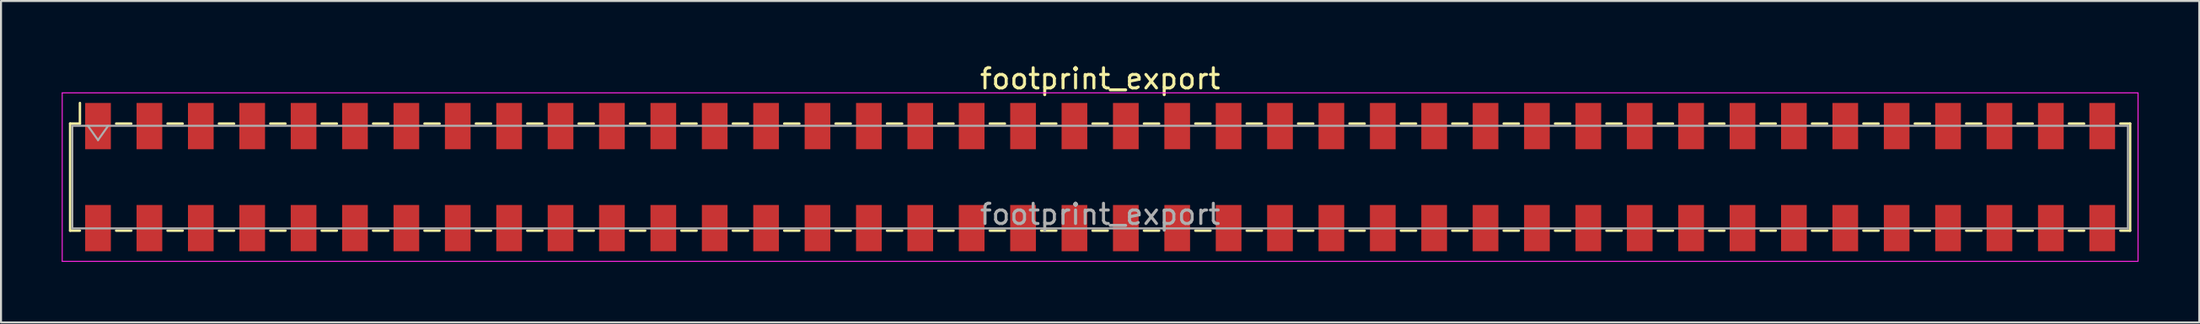
<source format=kicad_pcb>
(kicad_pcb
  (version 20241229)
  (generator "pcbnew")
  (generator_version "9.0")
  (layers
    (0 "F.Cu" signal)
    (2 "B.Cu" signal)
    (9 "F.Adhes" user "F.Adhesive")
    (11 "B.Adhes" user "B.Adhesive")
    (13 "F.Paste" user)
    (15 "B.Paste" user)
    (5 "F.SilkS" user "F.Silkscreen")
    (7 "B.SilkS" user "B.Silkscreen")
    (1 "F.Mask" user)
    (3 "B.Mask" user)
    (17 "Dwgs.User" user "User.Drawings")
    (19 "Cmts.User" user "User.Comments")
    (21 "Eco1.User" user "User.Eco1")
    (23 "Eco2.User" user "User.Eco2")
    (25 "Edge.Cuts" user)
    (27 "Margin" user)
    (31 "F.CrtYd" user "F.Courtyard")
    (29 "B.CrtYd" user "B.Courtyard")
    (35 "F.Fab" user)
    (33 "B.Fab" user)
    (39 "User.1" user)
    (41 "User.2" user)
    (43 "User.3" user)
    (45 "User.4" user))
  (footprint "footprint_export"
    (layer "F.Cu")
    (at 51.325 5.718)
    (property "Reference" "footprint_export" (at 0 -4.87 0) (layer "F.SilkS") (effects (font (size 1 1) (thickness 0.15))))
    (attr smd)
    (fp_line (start -50.91 -2.65) (end -50.91 2.65) (stroke (width 0.12) (type solid)) (layer "F.SilkS"))
    (fp_line (start -50.91 2.65) (end -50.425 2.65) (stroke (width 0.12) (type solid)) (layer "F.SilkS"))
    (fp_line (start -50.425 -3.67) (end -50.425 -2.65) (stroke (width 0.12) (type solid)) (layer "F.SilkS"))
    (fp_line (start -50.425 -2.65) (end -50.91 -2.65) (stroke (width 0.12) (type solid)) (layer "F.SilkS"))
    (fp_line (start -48.635 -2.65) (end -47.885 -2.65) (stroke (width 0.12) (type solid)) (layer "F.SilkS"))
    (fp_line (start -48.635 2.65) (end -47.885 2.65) (stroke (width 0.12) (type solid)) (layer "F.SilkS"))
    (fp_line (start -46.095 -2.65) (end -45.345 -2.65) (stroke (width 0.12) (type solid)) (layer "F.SilkS"))
    (fp_line (start -46.095 2.65) (end -45.345 2.65) (stroke (width 0.12) (type solid)) (layer "F.SilkS"))
    (fp_line (start -43.555 -2.65) (end -42.805 -2.65) (stroke (width 0.12) (type solid)) (layer "F.SilkS"))
    (fp_line (start -43.555 2.65) (end -42.805 2.65) (stroke (width 0.12) (type solid)) (layer "F.SilkS"))
    (fp_line (start -41.015 -2.65) (end -40.265 -2.65) (stroke (width 0.12) (type solid)) (layer "F.SilkS"))
    (fp_line (start -41.015 2.65) (end -40.265 2.65) (stroke (width 0.12) (type solid)) (layer "F.SilkS"))
    (fp_line (start -38.475 -2.65) (end -37.725 -2.65) (stroke (width 0.12) (type solid)) (layer "F.SilkS"))
    (fp_line (start -38.475 2.65) (end -37.725 2.65) (stroke (width 0.12) (type solid)) (layer "F.SilkS"))
    (fp_line (start -35.935 -2.65) (end -35.185 -2.65) (stroke (width 0.12) (type solid)) (layer "F.SilkS"))
    (fp_line (start -35.935 2.65) (end -35.185 2.65) (stroke (width 0.12) (type solid)) (layer "F.SilkS"))
    (fp_line (start -33.395 -2.65) (end -32.645 -2.65) (stroke (width 0.12) (type solid)) (layer "F.SilkS"))
    (fp_line (start -33.395 2.65) (end -32.645 2.65) (stroke (width 0.12) (type solid)) (layer "F.SilkS"))
    (fp_line (start -30.855 -2.65) (end -30.105 -2.65) (stroke (width 0.12) (type solid)) (layer "F.SilkS"))
    (fp_line (start -30.855 2.65) (end -30.105 2.65) (stroke (width 0.12) (type solid)) (layer "F.SilkS"))
    (fp_line (start -28.315 -2.65) (end -27.565 -2.65) (stroke (width 0.12) (type solid)) (layer "F.SilkS"))
    (fp_line (start -28.315 2.65) (end -27.565 2.65) (stroke (width 0.12) (type solid)) (layer "F.SilkS"))
    (fp_line (start -25.775 -2.65) (end -25.025 -2.65) (stroke (width 0.12) (type solid)) (layer "F.SilkS"))
    (fp_line (start -25.775 2.65) (end -25.025 2.65) (stroke (width 0.12) (type solid)) (layer "F.SilkS"))
    (fp_line (start -23.235 -2.65) (end -22.485 -2.65) (stroke (width 0.12) (type solid)) (layer "F.SilkS"))
    (fp_line (start -23.235 2.65) (end -22.485 2.65) (stroke (width 0.12) (type solid)) (layer "F.SilkS"))
    (fp_line (start -20.695 -2.65) (end -19.945 -2.65) (stroke (width 0.12) (type solid)) (layer "F.SilkS"))
    (fp_line (start -20.695 2.65) (end -19.945 2.65) (stroke (width 0.12) (type solid)) (layer "F.SilkS"))
    (fp_line (start -18.155 -2.65) (end -17.405 -2.65) (stroke (width 0.12) (type solid)) (layer "F.SilkS"))
    (fp_line (start -18.155 2.65) (end -17.405 2.65) (stroke (width 0.12) (type solid)) (layer "F.SilkS"))
    (fp_line (start -15.615 -2.65) (end -14.865 -2.65) (stroke (width 0.12) (type solid)) (layer "F.SilkS"))
    (fp_line (start -15.615 2.65) (end -14.865 2.65) (stroke (width 0.12) (type solid)) (layer "F.SilkS"))
    (fp_line (start -13.075 -2.65) (end -12.325 -2.65) (stroke (width 0.12) (type solid)) (layer "F.SilkS"))
    (fp_line (start -13.075 2.65) (end -12.325 2.65) (stroke (width 0.12) (type solid)) (layer "F.SilkS"))
    (fp_line (start -10.535 -2.65) (end -9.785 -2.65) (stroke (width 0.12) (type solid)) (layer "F.SilkS"))
    (fp_line (start -10.535 2.65) (end -9.785 2.65) (stroke (width 0.12) (type solid)) (layer "F.SilkS"))
    (fp_line (start -7.995 -2.65) (end -7.245 -2.65) (stroke (width 0.12) (type solid)) (layer "F.SilkS"))
    (fp_line (start -7.995 2.65) (end -7.245 2.65) (stroke (width 0.12) (type solid)) (layer "F.SilkS"))
    (fp_line (start -5.455 -2.65) (end -4.705 -2.65) (stroke (width 0.12) (type solid)) (layer "F.SilkS"))
    (fp_line (start -5.455 2.65) (end -4.705 2.65) (stroke (width 0.12) (type solid)) (layer "F.SilkS"))
    (fp_line (start -2.915 -2.65) (end -2.165 -2.65) (stroke (width 0.12) (type solid)) (layer "F.SilkS"))
    (fp_line (start -2.915 2.65) (end -2.165 2.65) (stroke (width 0.12) (type solid)) (layer "F.SilkS"))
    (fp_line (start -0.375 -2.65) (end 0.375 -2.65) (stroke (width 0.12) (type solid)) (layer "F.SilkS"))
    (fp_line (start -0.375 2.65) (end 0.375 2.65) (stroke (width 0.12) (type solid)) (layer "F.SilkS"))
    (fp_line (start 2.165 -2.65) (end 2.915 -2.65) (stroke (width 0.12) (type solid)) (layer "F.SilkS"))
    (fp_line (start 2.165 2.65) (end 2.915 2.65) (stroke (width 0.12) (type solid)) (layer "F.SilkS"))
    (fp_line (start 4.705 -2.65) (end 5.455 -2.65) (stroke (width 0.12) (type solid)) (layer "F.SilkS"))
    (fp_line (start 4.705 2.65) (end 5.455 2.65) (stroke (width 0.12) (type solid)) (layer "F.SilkS"))
    (fp_line (start 7.245 -2.65) (end 7.995 -2.65) (stroke (width 0.12) (type solid)) (layer "F.SilkS"))
    (fp_line (start 7.245 2.65) (end 7.995 2.65) (stroke (width 0.12) (type solid)) (layer "F.SilkS"))
    (fp_line (start 9.785 -2.65) (end 10.535 -2.65) (stroke (width 0.12) (type solid)) (layer "F.SilkS"))
    (fp_line (start 9.785 2.65) (end 10.535 2.65) (stroke (width 0.12) (type solid)) (layer "F.SilkS"))
    (fp_line (start 12.325 -2.65) (end 13.075 -2.65) (stroke (width 0.12) (type solid)) (layer "F.SilkS"))
    (fp_line (start 12.325 2.65) (end 13.075 2.65) (stroke (width 0.12) (type solid)) (layer "F.SilkS"))
    (fp_line (start 14.865 -2.65) (end 15.615 -2.65) (stroke (width 0.12) (type solid)) (layer "F.SilkS"))
    (fp_line (start 14.865 2.65) (end 15.615 2.65) (stroke (width 0.12) (type solid)) (layer "F.SilkS"))
    (fp_line (start 17.405 -2.65) (end 18.155 -2.65) (stroke (width 0.12) (type solid)) (layer "F.SilkS"))
    (fp_line (start 17.405 2.65) (end 18.155 2.65) (stroke (width 0.12) (type solid)) (layer "F.SilkS"))
    (fp_line (start 19.945 -2.65) (end 20.695 -2.65) (stroke (width 0.12) (type solid)) (layer "F.SilkS"))
    (fp_line (start 19.945 2.65) (end 20.695 2.65) (stroke (width 0.12) (type solid)) (layer "F.SilkS"))
    (fp_line (start 22.485 -2.65) (end 23.235 -2.65) (stroke (width 0.12) (type solid)) (layer "F.SilkS"))
    (fp_line (start 22.485 2.65) (end 23.235 2.65) (stroke (width 0.12) (type solid)) (layer "F.SilkS"))
    (fp_line (start 25.025 -2.65) (end 25.775 -2.65) (stroke (width 0.12) (type solid)) (layer "F.SilkS"))
    (fp_line (start 25.025 2.65) (end 25.775 2.65) (stroke (width 0.12) (type solid)) (layer "F.SilkS"))
    (fp_line (start 27.565 -2.65) (end 28.315 -2.65) (stroke (width 0.12) (type solid)) (layer "F.SilkS"))
    (fp_line (start 27.565 2.65) (end 28.315 2.65) (stroke (width 0.12) (type solid)) (layer "F.SilkS"))
    (fp_line (start 30.105 -2.65) (end 30.855 -2.65) (stroke (width 0.12) (type solid)) (layer "F.SilkS"))
    (fp_line (start 30.105 2.65) (end 30.855 2.65) (stroke (width 0.12) (type solid)) (layer "F.SilkS"))
    (fp_line (start 32.645 -2.65) (end 33.395 -2.65) (stroke (width 0.12) (type solid)) (layer "F.SilkS"))
    (fp_line (start 32.645 2.65) (end 33.395 2.65) (stroke (width 0.12) (type solid)) (layer "F.SilkS"))
    (fp_line (start 35.185 -2.65) (end 35.935 -2.65) (stroke (width 0.12) (type solid)) (layer "F.SilkS"))
    (fp_line (start 35.185 2.65) (end 35.935 2.65) (stroke (width 0.12) (type solid)) (layer "F.SilkS"))
    (fp_line (start 37.725 -2.65) (end 38.475 -2.65) (stroke (width 0.12) (type solid)) (layer "F.SilkS"))
    (fp_line (start 37.725 2.65) (end 38.475 2.65) (stroke (width 0.12) (type solid)) (layer "F.SilkS"))
    (fp_line (start 40.265 -2.65) (end 41.015 -2.65) (stroke (width 0.12) (type solid)) (layer "F.SilkS"))
    (fp_line (start 40.265 2.65) (end 41.015 2.65) (stroke (width 0.12) (type solid)) (layer "F.SilkS"))
    (fp_line (start 42.805 -2.65) (end 43.555 -2.65) (stroke (width 0.12) (type solid)) (layer "F.SilkS"))
    (fp_line (start 42.805 2.65) (end 43.555 2.65) (stroke (width 0.12) (type solid)) (layer "F.SilkS"))
    (fp_line (start 45.345 -2.65) (end 46.095 -2.65) (stroke (width 0.12) (type solid)) (layer "F.SilkS"))
    (fp_line (start 45.345 2.65) (end 46.095 2.65) (stroke (width 0.12) (type solid)) (layer "F.SilkS"))
    (fp_line (start 47.885 -2.65) (end 48.635 -2.65) (stroke (width 0.12) (type solid)) (layer "F.SilkS"))
    (fp_line (start 47.885 2.65) (end 48.635 2.65) (stroke (width 0.12) (type solid)) (layer "F.SilkS"))
    (fp_line (start 50.425 -2.65) (end 50.91 -2.65) (stroke (width 0.12) (type solid)) (layer "F.SilkS"))
    (fp_line (start 50.91 -2.65) (end 50.91 2.65) (stroke (width 0.12) (type solid)) (layer "F.SilkS"))
    (fp_line (start 50.91 2.65) (end 50.425 2.65) (stroke (width 0.12) (type solid)) (layer "F.SilkS"))
    (fp_line (start -51.3 -4.17) (end 51.3 -4.17) (stroke (width 0.05) (type solid)) (layer "F.CrtYd"))
    (fp_line (start -51.3 4.17) (end -51.3 -4.17) (stroke (width 0.05) (type solid)) (layer "F.CrtYd"))
    (fp_line (start 51.3 -4.17) (end 51.3 4.17) (stroke (width 0.05) (type solid)) (layer "F.CrtYd"))
    (fp_line (start 51.3 4.17) (end -51.3 4.17) (stroke (width 0.05) (type solid)) (layer "F.CrtYd"))
    (fp_line (start -50.8 -2.54) (end 50.8 -2.54) (stroke (width 0.1) (type solid)) (layer "F.Fab"))
    (fp_line (start -50.8 2.54) (end -50.8 -2.54) (stroke (width 0.1) (type solid)) (layer "F.Fab"))
    (fp_line (start -50.03 -2.54) (end -49.53 -1.833) (stroke (width 0.1) (type solid)) (layer "F.Fab"))
    (fp_line (start -49.53 -1.833) (end -49.03 -2.54) (stroke (width 0.1) (type solid)) (layer "F.Fab"))
    (fp_line (start 50.8 -2.54) (end 50.8 2.54) (stroke (width 0.1) (type solid)) (layer "F.Fab"))
    (fp_line (start 50.8 2.54) (end -50.8 2.54) (stroke (width 0.1) (type solid)) (layer "F.Fab"))
    (fp_text user "${REFERENCE}" (at 0 1.84 0) (layer "F.Fab") (effects (font (size 1 1) (thickness 0.15))))
    (pad "1" smd rect (at -49.53 -2.525) (size 1.27 2.29) (layers "F.Cu" "F.Mask" "F.Paste"))
    (pad "2" smd rect (at -49.53 2.525) (size 1.27 2.29) (layers "F.Cu" "F.Mask" "F.Paste"))
    (pad "3" smd rect (at -46.99 -2.525) (size 1.27 2.29) (layers "F.Cu" "F.Mask" "F.Paste"))
    (pad "4" smd rect (at -46.99 2.525) (size 1.27 2.29) (layers "F.Cu" "F.Mask" "F.Paste"))
    (pad "5" smd rect (at -44.45 -2.525) (size 1.27 2.29) (layers "F.Cu" "F.Mask" "F.Paste"))
    (pad "6" smd rect (at -44.45 2.525) (size 1.27 2.29) (layers "F.Cu" "F.Mask" "F.Paste"))
    (pad "7" smd rect (at -41.91 -2.525) (size 1.27 2.29) (layers "F.Cu" "F.Mask" "F.Paste"))
    (pad "8" smd rect (at -41.91 2.525) (size 1.27 2.29) (layers "F.Cu" "F.Mask" "F.Paste"))
    (pad "9" smd rect (at -39.37 -2.525) (size 1.27 2.29) (layers "F.Cu" "F.Mask" "F.Paste"))
    (pad "10" smd rect (at -39.37 2.525) (size 1.27 2.29) (layers "F.Cu" "F.Mask" "F.Paste"))
    (pad "11" smd rect (at -36.83 -2.525) (size 1.27 2.29) (layers "F.Cu" "F.Mask" "F.Paste"))
    (pad "12" smd rect (at -36.83 2.525) (size 1.27 2.29) (layers "F.Cu" "F.Mask" "F.Paste"))
    (pad "13" smd rect (at -34.29 -2.525) (size 1.27 2.29) (layers "F.Cu" "F.Mask" "F.Paste"))
    (pad "14" smd rect (at -34.29 2.525) (size 1.27 2.29) (layers "F.Cu" "F.Mask" "F.Paste"))
    (pad "15" smd rect (at -31.75 -2.525) (size 1.27 2.29) (layers "F.Cu" "F.Mask" "F.Paste"))
    (pad "16" smd rect (at -31.75 2.525) (size 1.27 2.29) (layers "F.Cu" "F.Mask" "F.Paste"))
    (pad "17" smd rect (at -29.21 -2.525) (size 1.27 2.29) (layers "F.Cu" "F.Mask" "F.Paste"))
    (pad "18" smd rect (at -29.21 2.525) (size 1.27 2.29) (layers "F.Cu" "F.Mask" "F.Paste"))
    (pad "19" smd rect (at -26.67 -2.525) (size 1.27 2.29) (layers "F.Cu" "F.Mask" "F.Paste"))
    (pad "20" smd rect (at -26.67 2.525) (size 1.27 2.29) (layers "F.Cu" "F.Mask" "F.Paste"))
    (pad "21" smd rect (at -24.13 -2.525) (size 1.27 2.29) (layers "F.Cu" "F.Mask" "F.Paste"))
    (pad "22" smd rect (at -24.13 2.525) (size 1.27 2.29) (layers "F.Cu" "F.Mask" "F.Paste"))
    (pad "23" smd rect (at -21.59 -2.525) (size 1.27 2.29) (layers "F.Cu" "F.Mask" "F.Paste"))
    (pad "24" smd rect (at -21.59 2.525) (size 1.27 2.29) (layers "F.Cu" "F.Mask" "F.Paste"))
    (pad "25" smd rect (at -19.05 -2.525) (size 1.27 2.29) (layers "F.Cu" "F.Mask" "F.Paste"))
    (pad "26" smd rect (at -19.05 2.525) (size 1.27 2.29) (layers "F.Cu" "F.Mask" "F.Paste"))
    (pad "27" smd rect (at -16.51 -2.525) (size 1.27 2.29) (layers "F.Cu" "F.Mask" "F.Paste"))
    (pad "28" smd rect (at -16.51 2.525) (size 1.27 2.29) (layers "F.Cu" "F.Mask" "F.Paste"))
    (pad "29" smd rect (at -13.97 -2.525) (size 1.27 2.29) (layers "F.Cu" "F.Mask" "F.Paste"))
    (pad "30" smd rect (at -13.97 2.525) (size 1.27 2.29) (layers "F.Cu" "F.Mask" "F.Paste"))
    (pad "31" smd rect (at -11.43 -2.525) (size 1.27 2.29) (layers "F.Cu" "F.Mask" "F.Paste"))
    (pad "32" smd rect (at -11.43 2.525) (size 1.27 2.29) (layers "F.Cu" "F.Mask" "F.Paste"))
    (pad "33" smd rect (at -8.89 -2.525) (size 1.27 2.29) (layers "F.Cu" "F.Mask" "F.Paste"))
    (pad "34" smd rect (at -8.89 2.525) (size 1.27 2.29) (layers "F.Cu" "F.Mask" "F.Paste"))
    (pad "35" smd rect (at -6.35 -2.525) (size 1.27 2.29) (layers "F.Cu" "F.Mask" "F.Paste"))
    (pad "36" smd rect (at -6.35 2.525) (size 1.27 2.29) (layers "F.Cu" "F.Mask" "F.Paste"))
    (pad "37" smd rect (at -3.81 -2.525) (size 1.27 2.29) (layers "F.Cu" "F.Mask" "F.Paste"))
    (pad "38" smd rect (at -3.81 2.525) (size 1.27 2.29) (layers "F.Cu" "F.Mask" "F.Paste"))
    (pad "39" smd rect (at -1.27 -2.525) (size 1.27 2.29) (layers "F.Cu" "F.Mask" "F.Paste"))
    (pad "40" smd rect (at -1.27 2.525) (size 1.27 2.29) (layers "F.Cu" "F.Mask" "F.Paste"))
    (pad "41" smd rect (at 1.27 -2.525) (size 1.27 2.29) (layers "F.Cu" "F.Mask" "F.Paste"))
    (pad "42" smd rect (at 1.27 2.525) (size 1.27 2.29) (layers "F.Cu" "F.Mask" "F.Paste"))
    (pad "43" smd rect (at 3.81 -2.525) (size 1.27 2.29) (layers "F.Cu" "F.Mask" "F.Paste"))
    (pad "44" smd rect (at 3.81 2.525) (size 1.27 2.29) (layers "F.Cu" "F.Mask" "F.Paste"))
    (pad "45" smd rect (at 6.35 -2.525) (size 1.27 2.29) (layers "F.Cu" "F.Mask" "F.Paste"))
    (pad "46" smd rect (at 6.35 2.525) (size 1.27 2.29) (layers "F.Cu" "F.Mask" "F.Paste"))
    (pad "47" smd rect (at 8.89 -2.525) (size 1.27 2.29) (layers "F.Cu" "F.Mask" "F.Paste"))
    (pad "48" smd rect (at 8.89 2.525) (size 1.27 2.29) (layers "F.Cu" "F.Mask" "F.Paste"))
    (pad "49" smd rect (at 11.43 -2.525) (size 1.27 2.29) (layers "F.Cu" "F.Mask" "F.Paste"))
    (pad "50" smd rect (at 11.43 2.525) (size 1.27 2.29) (layers "F.Cu" "F.Mask" "F.Paste"))
    (pad "51" smd rect (at 13.97 -2.525) (size 1.27 2.29) (layers "F.Cu" "F.Mask" "F.Paste"))
    (pad "52" smd rect (at 13.97 2.525) (size 1.27 2.29) (layers "F.Cu" "F.Mask" "F.Paste"))
    (pad "53" smd rect (at 16.51 -2.525) (size 1.27 2.29) (layers "F.Cu" "F.Mask" "F.Paste"))
    (pad "54" smd rect (at 16.51 2.525) (size 1.27 2.29) (layers "F.Cu" "F.Mask" "F.Paste"))
    (pad "55" smd rect (at 19.05 -2.525) (size 1.27 2.29) (layers "F.Cu" "F.Mask" "F.Paste"))
    (pad "56" smd rect (at 19.05 2.525) (size 1.27 2.29) (layers "F.Cu" "F.Mask" "F.Paste"))
    (pad "57" smd rect (at 21.59 -2.525) (size 1.27 2.29) (layers "F.Cu" "F.Mask" "F.Paste"))
    (pad "58" smd rect (at 21.59 2.525) (size 1.27 2.29) (layers "F.Cu" "F.Mask" "F.Paste"))
    (pad "59" smd rect (at 24.13 -2.525) (size 1.27 2.29) (layers "F.Cu" "F.Mask" "F.Paste"))
    (pad "60" smd rect (at 24.13 2.525) (size 1.27 2.29) (layers "F.Cu" "F.Mask" "F.Paste"))
    (pad "61" smd rect (at 26.67 -2.525) (size 1.27 2.29) (layers "F.Cu" "F.Mask" "F.Paste"))
    (pad "62" smd rect (at 26.67 2.525) (size 1.27 2.29) (layers "F.Cu" "F.Mask" "F.Paste"))
    (pad "63" smd rect (at 29.21 -2.525) (size 1.27 2.29) (layers "F.Cu" "F.Mask" "F.Paste"))
    (pad "64" smd rect (at 29.21 2.525) (size 1.27 2.29) (layers "F.Cu" "F.Mask" "F.Paste"))
    (pad "65" smd rect (at 31.75 -2.525) (size 1.27 2.29) (layers "F.Cu" "F.Mask" "F.Paste"))
    (pad "66" smd rect (at 31.75 2.525) (size 1.27 2.29) (layers "F.Cu" "F.Mask" "F.Paste"))
    (pad "67" smd rect (at 34.29 -2.525) (size 1.27 2.29) (layers "F.Cu" "F.Mask" "F.Paste"))
    (pad "68" smd rect (at 34.29 2.525) (size 1.27 2.29) (layers "F.Cu" "F.Mask" "F.Paste"))
    (pad "69" smd rect (at 36.83 -2.525) (size 1.27 2.29) (layers "F.Cu" "F.Mask" "F.Paste"))
    (pad "70" smd rect (at 36.83 2.525) (size 1.27 2.29) (layers "F.Cu" "F.Mask" "F.Paste"))
    (pad "71" smd rect (at 39.37 -2.525) (size 1.27 2.29) (layers "F.Cu" "F.Mask" "F.Paste"))
    (pad "72" smd rect (at 39.37 2.525) (size 1.27 2.29) (layers "F.Cu" "F.Mask" "F.Paste"))
    (pad "73" smd rect (at 41.91 -2.525) (size 1.27 2.29) (layers "F.Cu" "F.Mask" "F.Paste"))
    (pad "74" smd rect (at 41.91 2.525) (size 1.27 2.29) (layers "F.Cu" "F.Mask" "F.Paste"))
    (pad "75" smd rect (at 44.45 -2.525) (size 1.27 2.29) (layers "F.Cu" "F.Mask" "F.Paste"))
    (pad "76" smd rect (at 44.45 2.525) (size 1.27 2.29) (layers "F.Cu" "F.Mask" "F.Paste"))
    (pad "77" smd rect (at 46.99 -2.525) (size 1.27 2.29) (layers "F.Cu" "F.Mask" "F.Paste"))
    (pad "78" smd rect (at 46.99 2.525) (size 1.27 2.29) (layers "F.Cu" "F.Mask" "F.Paste"))
    (pad "79" smd rect (at 49.53 -2.525) (size 1.27 2.29) (layers "F.Cu" "F.Mask" "F.Paste"))
    (pad "80" smd rect (at 49.53 2.525) (size 1.27 2.29) (layers "F.Cu" "F.Mask" "F.Paste")))
  (gr_rect
    (start -3 -3)
    (end 105.65 12.913)
    (stroke (width 0.1) (type default))
    (fill no)
    (layer "Edge.Cuts")))
</source>
